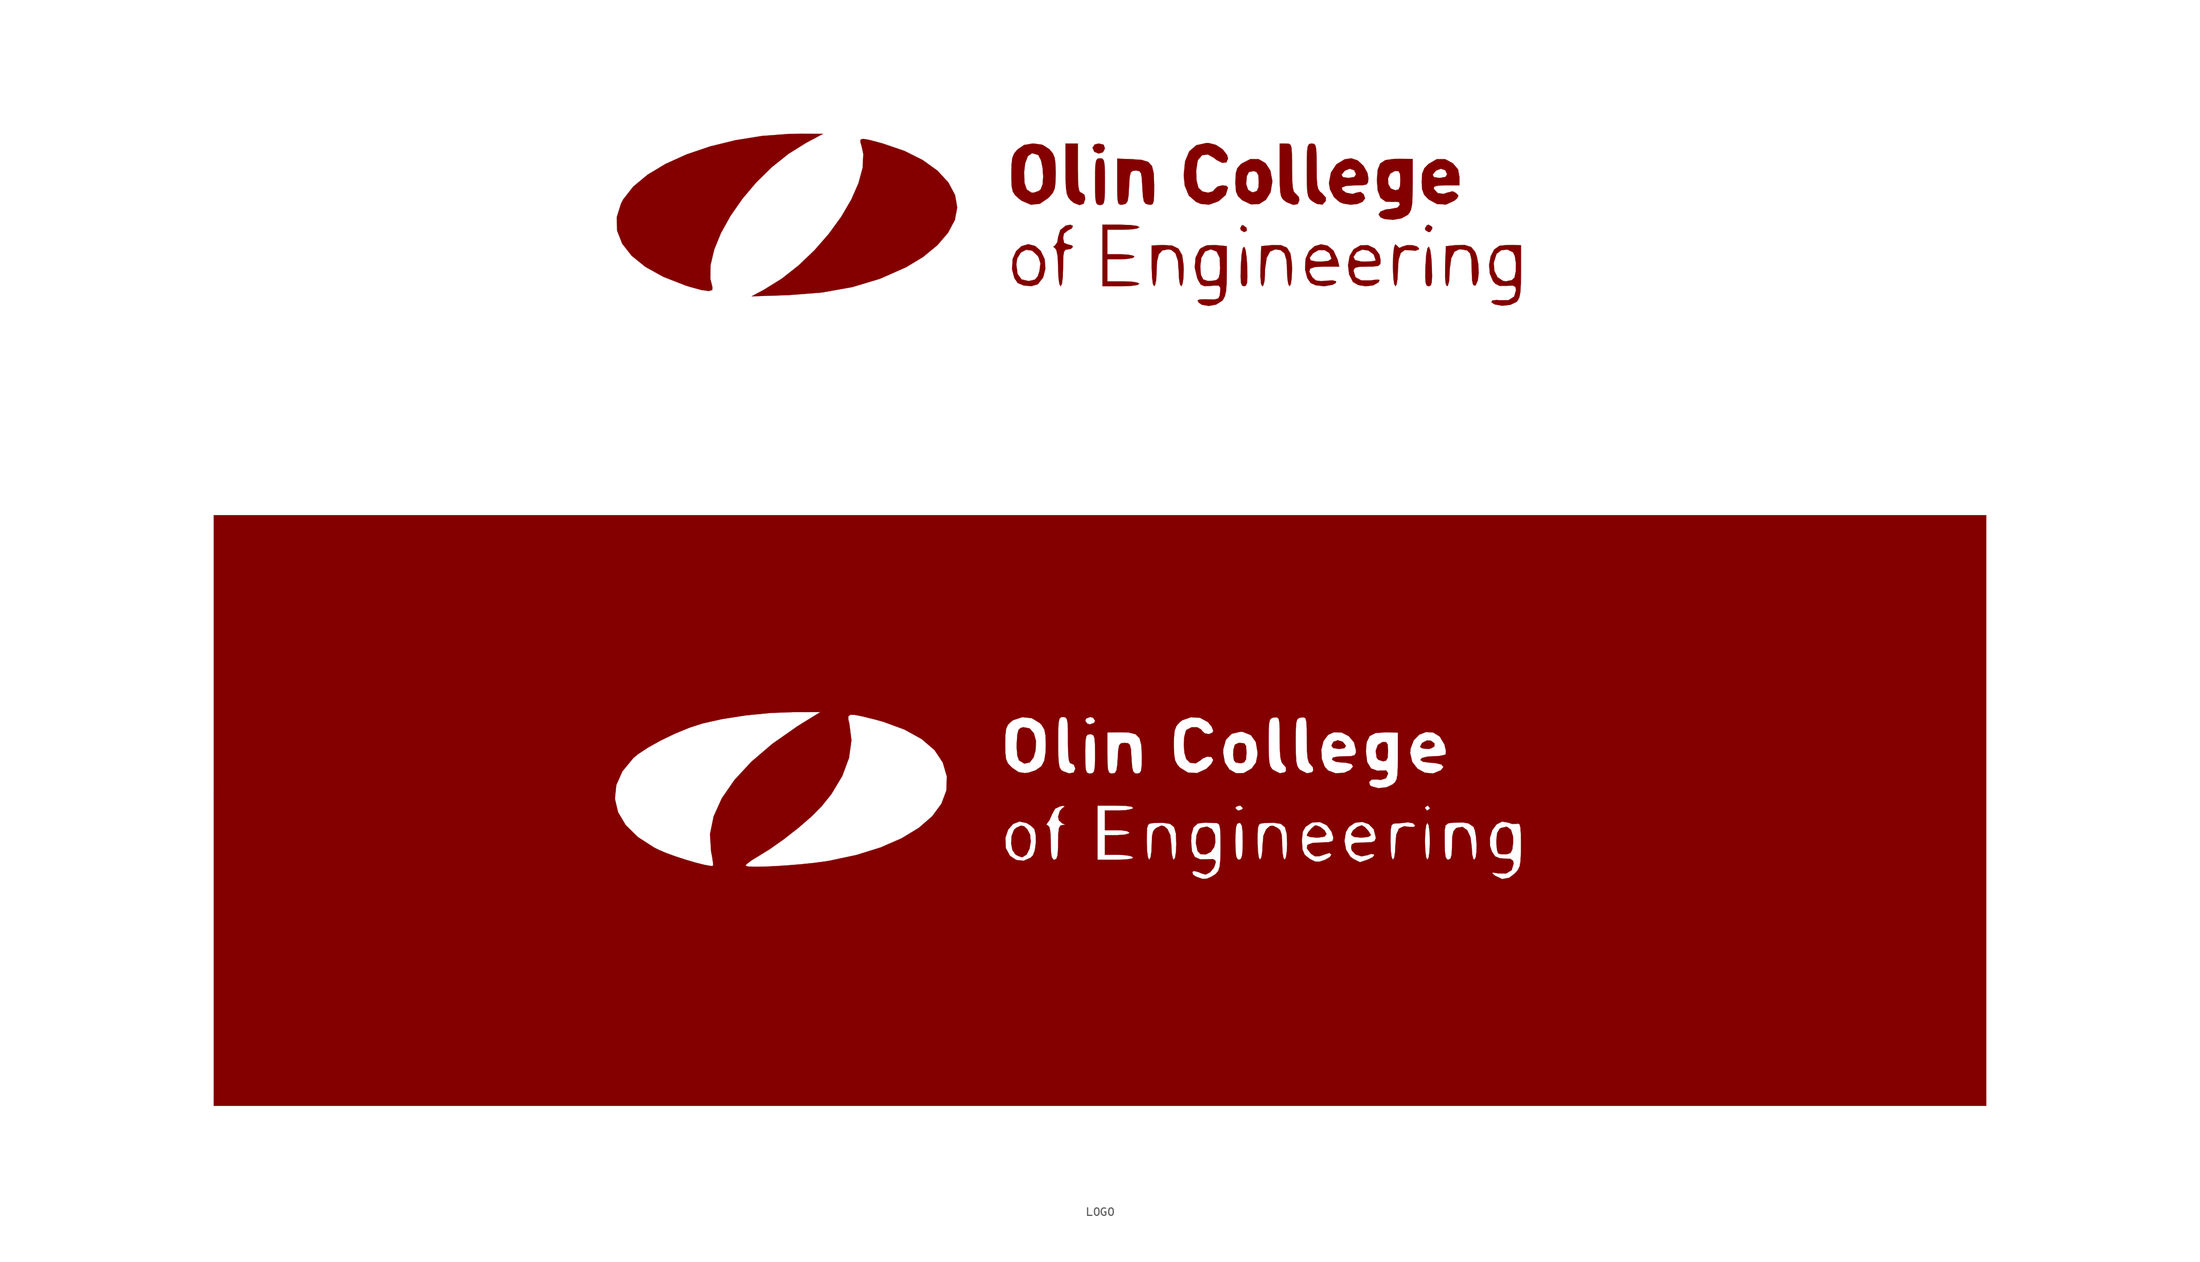
<source format=kicad_sym>
(kicad_symbol_lib
  (version 20220914)
  (generator "bitmap2component")
  (generator_version "8.0")
  (symbol "LOGO"
    (pin_names
      (offset 1.016))
    (property "Reference" "#G"
      (at 0 64.216 0)
      (effects (font (size 1.27 1.27)) hide))
    (symbol "LOGO_0_0"
      (polyline (pts (xy 97.277 -32.425) (xy 97.277 0) (xy 0 0) (xy -97.276 0) (xy -97.276 -31.131) (xy -53.245 -31.131) (xy -53.09 -29.623) (xy -52.421 -28.125) (xy -51.23 -26.675) (xy -50.742 -26.264) (xy -49.608 -25.512) (xy -48.187 -24.724) (xy -46.621 -23.972) (xy -45.053 -23.329) (xy -43.628 -22.867) (xy -41.47 -22.386) (xy -38.866 -21.98) (xy -36.183 -21.715) (xy -33.654 -21.619) (xy -30.694 -21.617) (xy -32.641 -22.817) (xy -33.219 -23.18) (xy -35.964 -25.101) (xy -38.271 -27.074) (xy -40.126 -29.075) (xy -41.511 -31.082) (xy -42.41 -33.072) (xy -42.808 -35.024) (xy -42.688 -36.913) (xy -42.565 -37.554) (xy -42.468 -38.208) (xy -42.467 -38.477) (xy -38.91 -38.477) (xy -38.777 -38.298) (xy -38.28 -37.92) (xy -37.543 -37.468) (xy -36.283 -36.691) (xy -34.694 -35.573) (xy -33.106 -34.331) (xy -31.677 -33.092) (xy -30.567 -31.979) (xy -29.48 -30.624) (xy -28.286 -28.633) (xy -27.547 -26.644) (xy -27.282 -24.714) (xy -27.508 -22.901) (xy -27.622 -22.438) (xy -27.623 -22.082) (xy -27.408 -21.916) (xy -26.9 -21.927) (xy -26.023 -22.103) (xy -24.7 -22.432) (xy -23.79 -22.682) (xy -21.458 -23.537) (xy -19.576 -24.578) (xy -18.934 -25.129) (xy -10.403 -25.129) (xy -10.383 -24.101) (xy -10.297 -23.436) (xy -10.104 -23.011) (xy -9.765 -22.674) (xy -9.521 -22.502) (xy -8.529 -22.175) (xy -7.494 -22.284) (xy -6.608 -22.821) (xy -6.374 -23.077) (xy -6.103 -23.554) (xy -5.976 -24.209) (xy -5.952 -24.981) (xy -4.594 -24.981) (xy -4.593 -24.646) (xy -4.582 -23.495) (xy -4.541 -22.766) (xy -4.451 -22.364) (xy -4.295 -22.193) (xy -4.053 -22.157) (xy -3.812 -22.192) (xy -3.65 -22.365) (xy -3.606 -22.563) (xy -1.621 -22.563) (xy -1.521 -22.326) (xy -1.081 -22.157) (xy -0.766 -22.233) (xy -0.54 -22.563) (xy -0.641 -22.799) (xy -1.081 -22.968) (xy -1.396 -22.893) (xy -1.621 -22.563) (xy -3.606 -22.563) (xy -3.559 -22.778) (xy -3.521 -23.531) (xy -3.519 -23.85) (xy 0.811 -23.85) (xy 2.3 -23.836) (xy 3.144 -23.862) (xy 3.898 -24.044) (xy 4.338 -24.483) (xy 4.522 -25.189) (xy 8.106 -25.189) (xy 8.119 -24.396) (xy 8.199 -23.641) (xy 8.389 -23.145) (xy 8.732 -22.745) (xy 9.033 -22.514) (xy 9.977 -22.183) (xy 10.983 -22.248) (xy 11.838 -22.708) (xy 12.246 -23.197) (xy 12.43 -23.654) (xy 12.347 -23.874) (xy 11.969 -24.036) (xy 11.498 -23.958) (xy 11.177 -23.644) (xy 11.122 -23.544) (xy 10.674 -23.282) (xy 10.054 -23.284) (xy 9.511 -23.563) (xy 9.414 -23.707) (xy 9.246 -24.353) (xy 9.197 -25.224) (xy 9.266 -26.065) (xy 13.511 -26.065) (xy 13.527 -25.689) (xy 13.82 -24.653) (xy 14.455 -24.003) (xy 15.402 -23.779) (xy 15.692 -23.797) (xy 16.557 -24.145) (xy 17.103 -24.903) (xy 17.111 -24.949) (xy 18.51 -24.949) (xy 18.51 -24.661) (xy 18.52 -23.542) (xy 18.563 -22.839) (xy 18.662 -22.451) (xy 18.839 -22.274) (xy 19.118 -22.206) (xy 19.16 -22.2) (xy 19.43 -22.195) (xy 19.597 -22.334) (xy 19.685 -22.717) (xy 19.72 -23.442) (xy 19.726 -24.608) (xy 19.726 -24.637) (xy 19.731 -24.949) (xy 21.482 -24.949) (xy 21.482 -24.661) (xy 21.492 -23.542) (xy 21.536 -22.839) (xy 21.635 -22.451) (xy 21.812 -22.274) (xy 22.09 -22.206) (xy 22.132 -22.2) (xy 22.403 -22.195) (xy 22.57 -22.334) (xy 22.657 -22.717) (xy 22.692 -23.442) (xy 22.698 -24.608) (xy 22.698 -24.637) (xy 22.716 -25.739) (xy 24.295 -25.739) (xy 24.53 -24.797) (xy 25.045 -24.116) (xy 25.661 -23.836) (xy 26.518 -23.861) (xy 27.305 -24.256) (xy 27.879 -24.943) (xy 28.102 -25.842) (xy 28.097 -25.94) (xy 29.183 -25.94) (xy 29.265 -24.939) (xy 29.595 -24.252) (xy 30.26 -23.914) (xy 31.349 -23.84) (xy 32.696 -23.871) (xy 32.696 -26.124) (xy 34.047 -26.124) (xy 34.087 -25.634) (xy 34.433 -24.721) (xy 35.041 -24.101) (xy 35.796 -23.805) (xy 36.584 -23.863) (xy 37.289 -24.303) (xy 37.798 -25.155) (xy 37.815 -25.204) (xy 37.966 -25.844) (xy 37.946 -26.242) (xy 37.808 -26.325) (xy 37.248 -26.437) (xy 36.44 -26.481) (xy 35.934 -26.507) (xy 35.329 -26.66) (xy 35.164 -26.877) (xy 35.464 -27.077) (xy 36.25 -27.177) (xy 36.784 -27.209) (xy 37.475 -27.372) (xy 37.696 -27.646) (xy 37.414 -28.008) (xy 36.572 -28.355) (xy 35.665 -28.279) (xy 34.854 -27.833) (xy 34.271 -27.09) (xy 34.047 -26.124) (xy 32.696 -26.124) (xy 32.696 -26.512) (xy 32.688 -27.648) (xy 32.647 -28.489) (xy 32.55 -29.012) (xy 32.373 -29.334) (xy 32.095 -29.573) (xy 31.471 -29.867) (xy 30.547 -29.976) (xy 29.756 -29.75) (xy 29.63 -29.646) (xy 29.542 -29.297) (xy 29.813 -29.029) (xy 30.32 -29.006) (xy 30.814 -29.07) (xy 31.395 -28.884) (xy 31.615 -28.39) (xy 31.61 -28.292) (xy 31.415 -28.034) (xy 30.848 -28.038) (xy 30.46 -28.061) (xy 29.746 -27.803) (xy 29.323 -27.099) (xy 29.183 -25.94) (xy 28.097 -25.94) (xy 28.089 -26.088) (xy 27.948 -26.349) (xy 27.54 -26.458) (xy 26.729 -26.481) (xy 26.123 -26.499) (xy 25.577 -26.604) (xy 25.47 -26.819) (xy 25.493 -26.862) (xy 25.882 -27.071) (xy 26.551 -27.156) (xy 26.956 -27.171) (xy 27.605 -27.317) (xy 27.777 -27.599) (xy 27.442 -27.989) (xy 26.794 -28.283) (xy 25.856 -28.337) (xy 25.041 -28.034) (xy 24.666 -27.621) (xy 24.34 -26.747) (xy 24.295 -25.739) (xy 22.716 -25.739) (xy 22.718 -25.87) (xy 22.787 -26.674) (xy 22.924 -27.156) (xy 23.145 -27.423) (xy 23.37 -27.675) (xy 23.399 -28.061) (xy 23.262 -28.224) (xy 22.731 -28.342) (xy 22.006 -27.989) (xy 21.84 -27.845) (xy 21.654 -27.534) (xy 21.545 -27.024) (xy 21.495 -26.2) (xy 21.482 -24.949) (xy 19.731 -24.949) (xy 19.745 -25.87) (xy 19.815 -26.674) (xy 19.952 -27.156) (xy 20.172 -27.423) (xy 20.398 -27.675) (xy 20.426 -28.061) (xy 20.289 -28.224) (xy 19.759 -28.342) (xy 19.034 -27.989) (xy 18.868 -27.845) (xy 18.682 -27.534) (xy 18.573 -27.024) (xy 18.522 -26.2) (xy 18.51 -24.949) (xy 17.111 -24.949) (xy 17.294 -26.028) (xy 17.288 -26.303) (xy 17.121 -27.159) (xy 16.668 -27.785) (xy 16.625 -27.825) (xy 15.771 -28.314) (xy 14.932 -28.329) (xy 14.209 -27.922) (xy 13.702 -27.149) (xy 13.511 -26.065) (xy 9.266 -26.065) (xy 9.269 -26.102) (xy 9.467 -26.769) (xy 9.876 -27.177) (xy 10.498 -27.252) (xy 11.079 -26.886) (xy 11.261 -26.715) (xy 11.77 -26.505) (xy 12.23 -26.554) (xy 12.43 -26.867) (xy 12.429 -26.888) (xy 12.208 -27.32) (xy 11.718 -27.812) (xy 11.646 -27.867) (xy 10.656 -28.315) (xy 9.66 -28.262) (xy 8.77 -27.709) (xy 8.475 -27.374) (xy 8.24 -26.901) (xy 8.132 -26.23) (xy 8.106 -25.189) (xy 4.522 -25.189) (xy 4.543 -25.27) (xy 4.594 -26.5) (xy 4.594 -26.57) (xy 4.576 -27.532) (xy 4.504 -28.076) (xy 4.345 -28.317) (xy 4.066 -28.372) (xy 3.84 -28.34) (xy 3.637 -28.129) (xy 3.524 -27.617) (xy 3.458 -26.683) (xy 3.453 -26.573) (xy 3.393 -25.697) (xy 3.284 -25.224) (xy 3.073 -25.031) (xy 2.702 -24.995) (xy 2.658 -24.995) (xy 2.305 -25.041) (xy 2.106 -25.255) (xy 2.005 -25.761) (xy 1.946 -26.683) (xy 1.902 -27.403) (xy 1.806 -28.021) (xy 1.633 -28.304) (xy 1.338 -28.372) (xy 1.182 -28.361) (xy 0.983 -28.237) (xy 0.871 -27.892) (xy 0.822 -27.219) (xy 0.811 -26.111) (xy 0.811 -23.85) (xy -3.519 -23.85) (xy -3.513 -24.724) (xy -3.512 -25.097) (xy -3.489 -26.193) (xy -3.487 -26.211) (xy -1.621 -26.211) (xy -1.619 -25.641) (xy -1.592 -24.781) (xy -1.511 -24.302) (xy -1.35 -24.094) (xy -1.081 -24.049) (xy -0.938 -24.057) (xy -0.724 -24.165) (xy -0.604 -24.488) (xy -0.552 -25.134) (xy -0.54 -26.211) (xy -0.542 -26.781) (xy -0.57 -27.64) (xy -0.65 -28.119) (xy -0.811 -28.327) (xy -1.081 -28.372) (xy -1.223 -28.364) (xy -1.438 -28.256) (xy -1.558 -27.933) (xy -1.61 -27.288) (xy -1.621 -26.211) (xy -3.487 -26.211) (xy -3.423 -26.864) (xy -3.301 -27.2) (xy -3.107 -27.291) (xy -2.871 -27.392) (xy -2.702 -27.832) (xy -2.89 -28.257) (xy -3.4 -28.352) (xy -4.121 -28.081) (xy -4.27 -27.965) (xy -4.435 -27.669) (xy -4.534 -27.142) (xy -4.581 -26.28) (xy -4.594 -24.981) (xy -5.952 -24.981) (xy -5.945 -25.223) (xy -5.969 -26.029) (xy -6.115 -26.945) (xy -6.418 -27.54) (xy -6.447 -27.574) (xy -7.064 -28.008) (xy -7.856 -28.273) (xy -8.237 -28.317) (xy -8.927 -28.212) (xy -9.613 -27.748) (xy -9.739 -27.638) (xy -10.103 -27.252) (xy -10.303 -26.814) (xy -10.386 -26.16) (xy -10.403 -25.129) (xy -18.934 -25.129) (xy -18.167 -25.788) (xy -17.257 -27.154) (xy -16.806 -28.704) (xy -16.862 -30.229) (xy -17.41 -31.689) (xy -18.429 -33.064) (xy -19.893 -34.333) (xy -21.643 -35.394) (xy -10.378 -35.394) (xy -10.082 -34.523) (xy -9.542 -33.903) (xy -8.837 -33.632) (xy -8.044 -33.805) (xy -7.706 -34.017) (xy -5.891 -34.017) (xy -5.806 -33.84) (xy -5.534 -33.464) (xy -5.26 -32.831) (xy -4.921 -32.221) (xy -4.318 -31.945) (xy -4.035 -31.919) (xy -3.846 -31.958) (xy -4.121 -32.161) (xy -4.409 -32.473) (xy -4.594 -33.095) (xy -4.508 -33.51) (xy -4.121 -33.861) (xy -3.98 -33.898) (xy -3.788 -33.978) (xy -4.121 -34.016) (xy -4.339 -34.081) (xy -4.499 -34.349) (xy -4.574 -34.93) (xy -4.594 -35.938) (xy -4.599 -36.531) (xy -4.653 -37.319) (xy -4.779 -37.719) (xy -4.999 -37.83) (xy -0.27 -37.83) (xy -0.27 -34.858) (xy -0.27 -31.885) (xy 1.772 -31.885) (xy 2.842 -31.916) (xy 3.493 -32.008) (xy 3.648 -32.155) (xy 14.862 -32.155) (xy 14.908 -32.031) (xy 15.267 -31.885) (xy 15.454 -31.916) (xy 15.672 -32.155) (xy 35.668 -32.155) (xy 35.676 -32.091) (xy 35.938 -31.885) (xy 36.003 -31.893) (xy 36.209 -32.155) (xy 36.201 -32.22) (xy 35.938 -32.425) (xy 35.874 -32.418) (xy 35.668 -32.155) (xy 15.672 -32.155) (xy 15.627 -32.28) (xy 15.267 -32.425) (xy 15.081 -32.395) (xy 14.862 -32.155) (xy 3.648 -32.155) (xy 3.464 -32.261) (xy 2.857 -32.38) (xy 2.011 -32.425) (xy 0.54 -32.425) (xy 0.54 -33.506) (xy 0.54 -34.587) (xy 1.891 -34.587) (xy 2.378 -34.605) (xy 3 -34.703) (xy 3.243 -34.858) (xy 3.151 -34.955) (xy 2.662 -35.079) (xy 1.891 -35.128) (xy 0.54 -35.128) (xy 0.54 -35.837) (xy 5.134 -35.837) (xy 5.137 -35.09) (xy 5.169 -34.371) (xy 5.275 -33.994) (xy 5.497 -33.844) (xy 5.877 -33.801) (xy 6.891 -33.77) (xy 7.69 -33.886) (xy 8.138 -34.252) (xy 8.334 -34.962) (xy 8.365 -35.803) (xy 9.998 -35.803) (xy 10.03 -35.105) (xy 10.259 -34.272) (xy 10.75 -33.843) (xy 11.553 -33.752) (xy 12.136 -33.781) (xy 12.768 -33.803) (xy 12.908 -33.822) (xy 13.081 -33.978) (xy 13.181 -34.376) (xy 13.227 -35.114) (xy 13.232 -35.803) (xy 14.862 -35.803) (xy 14.871 -35.025) (xy 14.928 -34.266) (xy 15.053 -33.883) (xy 15.267 -33.777) (xy 15.423 -33.823) (xy 15.574 -34.107) (xy 15.651 -34.734) (xy 15.672 -35.803) (xy 15.672 -35.837) (xy 17.294 -35.837) (xy 17.296 -35.09) (xy 17.329 -34.371) (xy 17.435 -33.994) (xy 17.656 -33.844) (xy 18.037 -33.801) (xy 19.05 -33.77) (xy 19.849 -33.886) (xy 20.297 -34.252) (xy 20.493 -34.962) (xy 20.525 -35.803) (xy 22.166 -35.803) (xy 22.168 -35.572) (xy 22.261 -34.744) (xy 22.558 -34.221) (xy 23.153 -33.817) (xy 23.311 -33.746) (xy 24.133 -33.686) (xy 24.896 -34.042) (xy 25.405 -34.735) (xy 25.422 -34.781) (xy 25.617 -35.416) (xy 25.536 -35.754) (xy 26.829 -35.754) (xy 26.991 -34.785) (xy 27.329 -34.223) (xy 27.998 -33.767) (xy 28.768 -33.673) (xy 29.497 -33.918) (xy 30.042 -34.479) (xy 30.26 -35.33) (xy 30.251 -35.533) (xy 30.118 -35.799) (xy 29.986 -35.837) (xy 31.885 -35.837) (xy 31.887 -35.326) (xy 31.913 -34.506) (xy 32 -34.061) (xy 32.181 -33.877) (xy 32.493 -33.839) (xy 32.9 -33.824) (xy 33.371 -33.773) (xy 33.804 -33.724) (xy 34.357 -33.82) (xy 34.587 -34.078) (xy 34.469 -34.237) (xy 34.003 -34.227) (xy 33.373 -34.151) (xy 32.824 -34.401) (xy 32.52 -35.075) (xy 32.46 -35.803) (xy 35.668 -35.803) (xy 35.668 -35.708) (xy 35.707 -34.709) (xy 35.802 -34.028) (xy 35.938 -33.777) (xy 35.951 -33.779) (xy 36.084 -34.07) (xy 36.175 -34.782) (xy 36.2 -35.536) (xy 37.829 -35.536) (xy 37.83 -34.605) (xy 37.921 -34.074) (xy 38.212 -33.828) (xy 38.816 -33.755) (xy 39.842 -33.74) (xy 40.435 -33.836) (xy 40.99 -34.208) (xy 41.149 -34.6) (xy 41.275 -35.322) (xy 41.279 -35.383) (xy 42.804 -35.383) (xy 43.069 -34.564) (xy 43.535 -33.944) (xy 44.14 -33.637) (xy 44.818 -33.756) (xy 45.215 -33.894) (xy 45.782 -33.882) (xy 45.893 -33.853) (xy 46.055 -33.943) (xy 46.15 -34.303) (xy 46.195 -35.022) (xy 46.206 -36.192) (xy 46.201 -37.093) (xy 46.16 -37.983) (xy 46.056 -38.562) (xy 45.86 -38.966) (xy 45.543 -39.328) (xy 44.92 -39.807) (xy 44.142 -39.954) (xy 43.353 -39.574) (xy 43.331 -39.556) (xy 43.038 -39.294) (xy 43.146 -39.232) (xy 43.718 -39.327) (xy 44.585 -39.337) (xy 45.183 -38.975) (xy 45.396 -38.27) (xy 45.347 -37.95) (xy 45.062 -37.744) (xy 44.389 -37.695) (xy 43.884 -37.668) (xy 43.368 -37.457) (xy 43.012 -36.929) (xy 42.807 -36.287) (xy 42.804 -35.383) (xy 41.279 -35.383) (xy 41.334 -36.171) (xy 41.322 -36.982) (xy 41.236 -37.59) (xy 41.072 -37.83) (xy 40.975 -37.739) (xy 40.851 -37.249) (xy 40.802 -36.479) (xy 40.802 -36.44) (xy 40.666 -35.356) (xy 40.314 -34.593) (xy 39.798 -34.224) (xy 39.175 -34.32) (xy 39.053 -34.395) (xy 38.796 -34.707) (xy 38.673 -35.267) (xy 38.641 -36.218) (xy 38.64 -36.399) (xy 38.597 -37.262) (xy 38.471 -37.705) (xy 38.235 -37.83) (xy 38.08 -37.784) (xy 37.928 -37.501) (xy 37.851 -36.874) (xy 37.83 -35.806) (xy 37.829 -35.536) (xy 36.2 -35.536) (xy 36.209 -35.803) (xy 36.208 -35.898) (xy 36.169 -36.898) (xy 36.075 -37.578) (xy 35.938 -37.83) (xy 35.926 -37.828) (xy 35.792 -37.536) (xy 35.702 -36.824) (xy 35.668 -35.803) (xy 32.46 -35.803) (xy 32.426 -36.218) (xy 32.397 -36.942) (xy 32.3 -37.584) (xy 32.155 -37.83) (xy 32.146 -37.829) (xy 32.011 -37.547) (xy 31.919 -36.846) (xy 31.885 -35.837) (xy 29.986 -35.837) (xy 29.717 -35.914) (xy 28.913 -35.938) (xy 28.587 -35.941) (xy 27.928 -35.994) (xy 27.631 -36.157) (xy 27.562 -36.484) (xy 27.63 -36.796) (xy 28.058 -37.254) (xy 28.715 -37.457) (xy 29.403 -37.316) (xy 29.784 -37.179) (xy 30.112 -37.262) (xy 30.123 -37.29) (xy 29.943 -37.541) (xy 29.413 -37.803) (xy 29.337 -37.83) (xy 28.778 -38.02) (xy 28.535 -38.096) (xy 28.329 -37.999) (xy 27.832 -37.752) (xy 27.476 -37.487) (xy 27.009 -36.72) (xy 26.829 -35.754) (xy 25.536 -35.754) (xy 25.534 -35.764) (xy 25.085 -35.909) (xy 24.184 -35.938) (xy 23.305 -35.993) (xy 22.76 -36.203) (xy 22.71 -36.585) (xy 23.143 -37.156) (xy 23.163 -37.176) (xy 23.579 -37.445) (xy 24.109 -37.439) (xy 24.927 -37.156) (xy 25.205 -37.09) (xy 25.4 -37.267) (xy 25.216 -37.544) (xy 24.707 -37.837) (xy 24.66 -37.854) (xy 24.043 -38.053) (xy 23.62 -38.031) (xy 23.103 -37.777) (xy 22.989 -37.71) (xy 22.471 -37.287) (xy 22.227 -36.715) (xy 22.166 -35.803) (xy 20.525 -35.803) (xy 20.536 -36.106) (xy 20.505 -36.928) (xy 20.408 -37.582) (xy 20.266 -37.83) (xy 20.145 -37.66) (xy 20.037 -37.078) (xy 19.996 -36.218) (xy 19.993 -35.891) (xy 19.937 -35.065) (xy 19.777 -34.591) (xy 19.473 -34.327) (xy 19.007 -34.103) (xy 18.662 -34.122) (xy 18.259 -34.471) (xy 18.236 -34.495) (xy 17.935 -35.184) (xy 17.834 -36.363) (xy 17.811 -36.957) (xy 17.713 -37.586) (xy 17.564 -37.83) (xy 17.554 -37.829) (xy 17.42 -37.547) (xy 17.328 -36.846) (xy 17.294 -35.837) (xy 15.672 -35.837) (xy 15.663 -36.581) (xy 15.606 -37.34) (xy 15.481 -37.724) (xy 15.267 -37.83) (xy 15.111 -37.783) (xy 14.96 -37.5) (xy 14.883 -36.872) (xy 14.862 -35.803) (xy 13.232 -35.803) (xy 13.236 -36.293) (xy 13.236 -36.542) (xy 13.214 -37.754) (xy 13.137 -38.559) (xy 12.973 -39.073) (xy 12.686 -39.408) (xy 12.245 -39.681) (xy 11.712 -39.919) (xy 11.247 -39.931) (xy 10.588 -39.706) (xy 10.217 -39.471) (xy 10.132 -39.182) (xy 10.294 -39.056) (xy 10.807 -39.18) (xy 11.141 -39.333) (xy 11.582 -39.451) (xy 11.611 -39.45) (xy 12.085 -39.204) (xy 12.514 -38.689) (xy 12.7 -38.135) (xy 12.668 -37.928) (xy 12.401 -37.756) (xy 11.751 -37.779) (xy 11.02 -37.792) (xy 10.411 -37.529) (xy 10.091 -36.889) (xy 9.998 -35.803) (xy 8.365 -35.803) (xy 8.377 -36.106) (xy 8.345 -36.928) (xy 8.248 -37.582) (xy 8.106 -37.83) (xy 7.997 -37.703) (xy 7.881 -37.171) (xy 7.836 -36.363) (xy 7.836 -36.283) (xy 7.724 -35.132) (xy 7.412 -34.471) (xy 7.055 -34.15) (xy 6.719 -34.087) (xy 6.197 -34.327) (xy 6.091 -34.391) (xy 5.833 -34.701) (xy 5.708 -35.263) (xy 5.675 -36.218) (xy 5.646 -36.942) (xy 5.548 -37.584) (xy 5.404 -37.83) (xy 5.395 -37.829) (xy 5.26 -37.547) (xy 5.168 -36.846) (xy 5.134 -35.837) (xy 0.54 -35.837) (xy 0.54 -36.209) (xy 0.54 -37.289) (xy 2.011 -37.289) (xy 2.601 -37.311) (xy 3.305 -37.409) (xy 3.648 -37.56) (xy 3.503 -37.704) (xy 2.864 -37.797) (xy 1.772 -37.83) (xy -0.27 -37.83) (xy -4.999 -37.83) (xy -5.126 -37.802) (xy -5.295 -37.554) (xy -5.38 -36.966) (xy -5.404 -35.938) (xy -5.436 -34.894) (xy -5.545 -34.249) (xy -5.742 -34.043) (xy -5.891 -34.017) (xy -7.706 -34.017) (xy -7.612 -34.075) (xy -7.232 -34.425) (xy -7.201 -34.479) (xy -7.056 -35.101) (xy -7.043 -35.955) (xy -7.149 -36.787) (xy -7.363 -37.346) (xy -7.627 -37.614) (xy -8.383 -37.942) (xy -9.186 -37.858) (xy -9.881 -37.399) (xy -10.311 -36.605) (xy -10.353 -36.422) (xy -10.378 -35.394) (xy -21.643 -35.394) (xy -21.779 -35.477) (xy -24.063 -36.473) (xy -26.722 -37.303) (xy -29.733 -37.945) (xy -30.137 -38.009) (xy -31.388 -38.175) (xy -32.792 -38.321) (xy -34.251 -38.443) (xy -35.665 -38.533) (xy -36.937 -38.588) (xy -37.968 -38.601) (xy -38.658 -38.566) (xy -38.91 -38.477) (xy -42.467 -38.477) (xy -42.467 -38.493) (xy -42.737 -38.511) (xy -43.418 -38.389) (xy -44.377 -38.146) (xy -45.489 -37.82) (xy -46.631 -37.446) (xy -47.681 -37.062) (xy -48.514 -36.704) (xy -48.952 -36.481) (xy -50.742 -35.322) (xy -52.061 -34.019) (xy -52.899 -32.609) (xy -53.245 -31.131) (xy -97.276 -31.131) (xy -97.276 -32.425) (xy -97.276 -64.851) (xy 0 -64.851) (xy 97.277 -64.851) (xy 97.277 -32.425)) (stroke (width 0.01) (type default)) (fill (type outline)))
      (polyline (pts (xy 12.754 23.123) (xy 13.401 23.536) (xy 13.521 23.683) (xy 13.722 24.074) (xy 13.842 24.648) (xy 13.901 25.523) (xy 13.916 26.819) (xy 13.916 29.534) (xy 12.739 29.645) (xy 12.668 29.651) (xy 11.702 29.622) (xy 11.077 29.317) (xy 10.916 29.148) (xy 10.493 28.271) (xy 10.412 27.321) (xy 11.005 27.321) (xy 11.127 28.261) (xy 11.524 28.942) (xy 12.16 29.183) (xy 12.18 29.183) (xy 12.8 28.946) (xy 13.136 28.257) (xy 13.189 27.11) (xy 13.147 26.565) (xy 13.031 26.04) (xy 12.767 25.809) (xy 12.252 25.723) (xy 11.851 25.707) (xy 11.331 25.875) (xy 11.074 26.381) (xy 11.005 27.321) (xy 10.412 27.321) (xy 10.4 27.18) (xy 10.662 26.061) (xy 10.76 25.831) (xy 11.055 25.323) (xy 11.454 25.147) (xy 12.171 25.177) (xy 12.533 25.209) (xy 13.036 25.196) (xy 13.206 24.98) (xy 13.186 24.463) (xy 13.138 24.097) (xy 12.983 23.79) (xy 12.589 23.682) (xy 11.807 23.689) (xy 11.587 23.695) (xy 10.939 23.682) (xy 10.716 23.578) (xy 10.827 23.351) (xy 11.188 23.097) (xy 11.94 22.971) (xy 12.754 23.123)) (stroke (width 0.01) (type default)) (fill (type outline)))
      (polyline (pts (xy 45.033 23.09) (xy 45.712 23.415) (xy 45.87 23.588) (xy 46.041 23.949) (xy 46.144 24.523) (xy 46.194 25.42) (xy 46.206 26.748) (xy 46.206 29.633) (xy 45.328 29.661) (xy 44.566 29.649) (xy 43.888 29.578) (xy 43.839 29.566) (xy 43.271 29.169) (xy 42.885 28.424) (xy 42.756 27.729) (xy 43.221 27.729) (xy 43.514 28.66) (xy 43.537 28.701) (xy 44.047 29.093) (xy 44.733 29.155) (xy 45.342 28.859) (xy 45.538 28.433) (xy 45.652 27.664) (xy 45.644 26.808) (xy 45.502 26.098) (xy 45.216 25.813) (xy 44.566 25.67) (xy 44.243 25.714) (xy 43.634 26.119) (xy 43.277 26.837) (xy 43.221 27.729) (xy 42.756 27.729) (xy 42.712 27.492) (xy 42.784 26.533) (xy 43.132 25.705) (xy 43.373 25.416) (xy 43.851 25.178) (xy 44.618 25.179) (xy 44.621 25.18) (xy 45.301 25.207) (xy 45.6 25.069) (xy 45.666 24.697) (xy 45.457 23.994) (xy 44.853 23.609) (xy 43.907 23.592) (xy 43.535 23.629) (xy 43.061 23.566) (xy 42.955 23.384) (xy 43.302 23.147) (xy 44.131 22.992) (xy 45.033 23.09)) (stroke (width 0.01) (type default)) (fill (type outline)))
      (polyline (pts (xy -34.452 24.149) (xy -34.23 24.157) (xy -30.525 24.444) (xy -27.186 25.04) (xy -24.127 25.962) (xy -21.26 27.233) (xy -19.413 28.352) (xy -17.85 29.639) (xy -16.673 31.01) (xy -15.931 32.409) (xy -15.672 33.777) (xy -15.907 35.142) (xy -16.643 36.53) (xy -17.842 37.823) (xy -19.463 38.988) (xy -21.468 39.99) (xy -23.817 40.794) (xy -24.467 40.974) (xy -25.446 41.224) (xy -26.025 41.313) (xy -26.284 41.23) (xy -26.302 40.965) (xy -26.162 40.508) (xy -25.979 39.645) (xy -26.052 38.135) (xy -26.51 36.441) (xy -27.31 34.627) (xy -28.409 32.755) (xy -29.765 30.889) (xy -31.333 29.093) (xy -33.071 27.429) (xy -34.936 25.961) (xy -36.884 24.753) (xy -38.235 24.029) (xy -34.452 24.149)) (stroke (width 0.01) (type default)) (fill (type outline)))
      (polyline (pts (xy -42.556 24.721) (xy -42.548 25.062) (xy -42.764 25.919) (xy -42.749 27.443) (xy -42.347 29.152) (xy -41.6 30.981) (xy -40.551 32.866) (xy -39.242 34.744) (xy -37.714 36.549) (xy -36.008 38.218) (xy -34.168 39.685) (xy -32.235 40.888) (xy -30.399 41.867) (xy -32.931 41.875) (xy -34.113 41.858) (xy -37.104 41.632) (xy -40.023 41.164) (xy -42.805 40.481) (xy -45.383 39.605) (xy -47.691 38.562) (xy -49.661 37.377) (xy -51.229 36.074) (xy -52.327 34.677) (xy -52.575 34.212) (xy -53.045 32.696) (xy -52.997 31.219) (xy -52.445 29.806) (xy -51.406 28.478) (xy -49.897 27.258) (xy -47.933 26.168) (xy -45.531 25.23) (xy -45.02 25.068) (xy -43.761 24.722) (xy -42.95 24.607) (xy -42.556 24.721)) (stroke (width 0.01) (type default)) (fill (type outline)))
      (polyline (pts (xy -6.863 25.337) (xy -6.794 25.386) (xy -6.236 26.107) (xy -5.99 27.077) (xy -6.074 28.108) (xy -6.505 29.011) (xy -7.109 29.547) (xy -7.875 29.749) (xy -8.607 29.54) (xy -9.209 28.978) (xy -9.587 28.124) (xy -9.62 27.525) (xy -9.187 27.525) (xy -9.091 28.176) (xy -8.693 28.831) (xy -8.103 29.136) (xy -7.447 29.04) (xy -6.854 28.489) (xy -6.727 28.279) (xy -6.534 27.629) (xy -6.645 26.8) (xy -6.829 26.22) (xy -7.154 25.856) (xy -7.751 25.722) (xy -7.88 25.713) (xy -8.617 25.885) (xy -9.047 26.482) (xy -9.187 27.525) (xy -9.62 27.525) (xy -9.646 27.038) (xy -9.629 26.901) (xy -9.395 26.019) (xy -9.028 25.484) (xy -8.355 25.208) (xy -7.527 25.148) (xy -6.863 25.337)) (stroke (width 0.01) (type default)) (fill (type outline)))
      (polyline (pts (xy -4.311 25.132) (xy -4.177 25.424) (xy -4.087 26.135) (xy -4.053 27.156) (xy -4.052 27.521) (xy -4.029 28.416) (xy -3.951 28.917) (xy -3.789 29.135) (xy -3.513 29.183) (xy -3.199 29.234) (xy -2.972 29.453) (xy -3.074 29.61) (xy -3.513 29.723) (xy -3.525 29.723) (xy -3.936 29.882) (xy -4.053 30.424) (xy -3.96 30.915) (xy -3.513 31.266) (xy -3.483 31.274) (xy -3.076 31.502) (xy -2.979 31.761) (xy -3.26 31.885) (xy -3.75 31.792) (xy -4.357 31.308) (xy -4.594 30.547) (xy -4.686 29.969) (xy -4.931 29.611) (xy -5.13 29.473) (xy -4.931 29.296) (xy -4.786 29.108) (xy -4.642 28.385) (xy -4.594 27.134) (xy -4.593 27.055) (xy -4.555 26.06) (xy -4.46 25.381) (xy -4.323 25.13) (xy -4.311 25.132)) (stroke (width 0.01) (type default)) (fill (type outline)))
      (polyline (pts (xy 2.392 25.13) (xy 3.391 25.169) (xy 4.072 25.264) (xy 4.324 25.4) (xy 4.113 25.531) (xy 3.485 25.632) (xy 2.567 25.67) (xy 0.811 25.67) (xy 0.811 26.886) (xy 0.811 28.102) (xy 2.297 28.102) (xy 2.909 28.126) (xy 3.539 28.224) (xy 3.783 28.372) (xy 3.651 28.483) (xy 3.111 28.598) (xy 2.297 28.642) (xy 0.811 28.642) (xy 0.811 29.994) (xy 0.811 31.345) (xy 2.567 31.345) (xy 3.418 31.377) (xy 4.075 31.474) (xy 4.324 31.615) (xy 4.322 31.628) (xy 4.03 31.761) (xy 3.318 31.852) (xy 2.297 31.885) (xy 0.27 31.885) (xy 0.27 28.507) (xy 0.27 25.13) (xy 2.297 25.13) (xy 2.392 25.13)) (stroke (width 0.01) (type default)) (fill (type outline)))
      (polyline (pts (xy 9.048 25.34) (xy 9.149 25.968) (xy 9.187 26.886) (xy 9.176 27.429) (xy 9.015 28.549) (xy 8.62 29.248) (xy 7.933 29.595) (xy 6.896 29.659) (xy 5.675 29.606) (xy 5.675 27.368) (xy 5.676 27.117) (xy 5.719 26.078) (xy 5.812 25.383) (xy 5.945 25.13) (xy 6.072 25.324) (xy 6.176 25.936) (xy 6.215 26.832) (xy 6.26 27.859) (xy 6.456 28.649) (xy 6.846 29.063) (xy 7.475 29.183) (xy 7.801 29.136) (xy 8.284 28.746) (xy 8.559 27.926) (xy 8.647 26.634) (xy 8.672 26.006) (xy 8.77 25.374) (xy 8.917 25.13) (xy 9.048 25.34)) (stroke (width 0.01) (type default)) (fill (type outline)))
      (polyline (pts (xy 15.826 25.13) (xy 16.032 25.221) (xy 16.144 25.543) (xy 16.18 26.2) (xy 16.156 27.293) (xy 16.101 28.237) (xy 15.979 29.118) (xy 15.829 29.474) (xy 15.675 29.3) (xy 15.544 28.596) (xy 15.459 27.359) (xy 15.452 27.17) (xy 15.435 26.126) (xy 15.478 25.505) (xy 15.597 25.207) (xy 15.807 25.13) (xy 15.826 25.13)) (stroke (width 0.01) (type default)) (fill (type outline)))
      (polyline (pts (xy 20.943 25.368) (xy 21.04 26.025) (xy 21.077 26.979) (xy 21.058 27.709) (xy 20.896 28.747) (xy 20.518 29.367) (xy 19.864 29.644) (xy 18.876 29.647) (xy 17.699 29.538) (xy 17.62 27.334) (xy 17.62 27.325) (xy 17.611 26.137) (xy 17.681 25.39) (xy 17.823 25.13) (xy 17.921 25.21) (xy 18.053 25.689) (xy 18.104 26.463) (xy 18.119 27.047) (xy 18.294 28.242) (xy 18.672 28.95) (xy 19.259 29.183) (xy 19.828 29.096) (xy 20.252 28.731) (xy 20.473 28.004) (xy 20.536 26.832) (xy 20.567 26.029) (xy 20.664 25.377) (xy 20.806 25.13) (xy 20.943 25.368)) (stroke (width 0.01) (type default)) (fill (type outline)))
      (polyline (pts (xy 25.513 25.294) (xy 25.866 25.476) (xy 25.919 25.673) (xy 25.547 25.774) (xy 24.819 25.738) (xy 24.277 25.687) (xy 23.703 25.767) (xy 23.332 26.086) (xy 23.28 26.159) (xy 22.977 26.72) (xy 23.069 27.067) (xy 23.6 27.243) (xy 24.619 27.291) (xy 26.269 27.291) (xy 26.084 28.035) (xy 26.072 28.081) (xy 25.63 29.04) (xy 24.993 29.582) (xy 24.264 29.735) (xy 23.548 29.528) (xy 22.947 28.991) (xy 22.622 28.273) (xy 23.022 28.273) (xy 23.393 28.758) (xy 23.985 29.102) (xy 24.652 29.102) (xy 25.183 28.779) (xy 25.4 28.183) (xy 25.39 28.123) (xy 25.042 27.904) (xy 24.184 27.832) (xy 23.689 27.848) (xy 23.112 27.98) (xy 23.022 28.273) (xy 22.622 28.273) (xy 22.567 28.151) (xy 22.509 27.038) (xy 22.526 26.901) (xy 22.761 26.019) (xy 23.128 25.484) (xy 23.696 25.235) (xy 24.624 25.135) (xy 25.513 25.294)) (stroke (width 0.01) (type default)) (fill (type outline)))
      (polyline (pts (xy 29.979 25.227) (xy 30.542 25.545) (xy 30.591 25.606) (xy 30.691 25.821) (xy 30.447 25.87) (xy 29.766 25.781) (xy 29.691 25.769) (xy 28.678 25.772) (xy 28.049 26.116) (xy 27.832 26.784) (xy 27.844 26.933) (xy 28.005 27.161) (xy 28.455 27.266) (xy 29.318 27.291) (xy 30.06 27.302) (xy 30.562 27.379) (xy 30.766 27.58) (xy 30.804 27.967) (xy 30.671 28.626) (xy 30.164 29.283) (xy 29.42 29.636) (xy 28.592 29.623) (xy 27.832 29.183) (xy 27.401 28.45) (xy 27.384 28.348) (xy 27.82 28.348) (xy 28.156 28.859) (xy 28.176 28.878) (xy 28.798 29.155) (xy 29.483 29.044) (xy 30.036 28.628) (xy 30.264 27.985) (xy 30.208 27.939) (xy 29.773 27.862) (xy 29.048 27.832) (xy 28.666 27.845) (xy 27.992 28.008) (xy 27.82 28.348) (xy 27.384 28.348) (xy 27.228 27.443) (xy 27.347 26.418) (xy 27.764 25.603) (xy 28.346 25.264) (xy 29.167 25.135) (xy 29.979 25.227)) (stroke (width 0.01) (type default)) (fill (type outline)))
      (polyline (pts (xy 32.554 25.33) (xy 32.657 25.948) (xy 32.696 26.853) (xy 32.767 28.027) (xy 33.013 28.783) (xy 33.467 29.116) (xy 34.162 29.077) (xy 34.633 29.033) (xy 34.987 29.174) (xy 35.015 29.279) (xy 34.79 29.503) (xy 34.286 29.635) (xy 33.693 29.642) (xy 33.195 29.49) (xy 32.876 29.342) (xy 32.696 29.451) (xy 32.688 29.517) (xy 32.426 29.723) (xy 32.391 29.708) (xy 32.267 29.337) (xy 32.185 28.545) (xy 32.155 27.427) (xy 32.157 27.131) (xy 32.201 26.082) (xy 32.294 25.384) (xy 32.426 25.13) (xy 32.554 25.33)) (stroke (width 0.01) (type default)) (fill (type outline)))
      (polyline (pts (xy 36.092 25.13) (xy 36.298 25.221) (xy 36.41 25.543) (xy 36.446 26.2) (xy 36.422 27.293) (xy 36.367 28.237) (xy 36.245 29.118) (xy 36.095 29.474) (xy 35.941 29.3) (xy 35.809 28.596) (xy 35.725 27.359) (xy 35.718 27.17) (xy 35.701 26.126) (xy 35.744 25.505) (xy 35.863 25.207) (xy 36.074 25.13) (xy 36.092 25.13)) (stroke (width 0.01) (type default)) (fill (type outline)))
      (polyline (pts (xy 38.187 25.21) (xy 38.319 25.689) (xy 38.37 26.463) (xy 38.385 27.019) (xy 38.555 28.196) (xy 38.906 28.93) (xy 39.422 29.183) (xy 39.725 29.176) (xy 40.295 29.063) (xy 40.621 28.728) (xy 40.768 28.065) (xy 40.802 26.97) (xy 40.803 26.72) (xy 40.843 25.777) (xy 40.952 25.291) (xy 41.14 25.196) (xy 41.255 25.275) (xy 41.471 25.779) (xy 41.566 26.584) (xy 41.531 27.524) (xy 41.354 28.437) (xy 41.184 28.891) (xy 40.735 29.441) (xy 40.015 29.67) (xy 38.911 29.634) (xy 37.965 29.528) (xy 37.886 27.329) (xy 37.886 27.324) (xy 37.877 26.137) (xy 37.947 25.39) (xy 38.089 25.13) (xy 38.187 25.21)) (stroke (width 0.01) (type default)) (fill (type outline)))
      (polyline (pts (xy 16.125 31.23) (xy 16.08 31.554) (xy 15.723 31.823) (xy 15.559 31.817) (xy 15.402 31.502) (xy 15.458 31.292) (xy 15.83 31.075) (xy 16.125 31.23)) (stroke (width 0.01) (type default)) (fill (type outline)))
      (polyline (pts (xy 36.263 31.122) (xy 36.479 31.48) (xy 36.432 31.669) (xy 36.074 31.885) (xy 35.884 31.838) (xy 35.668 31.48) (xy 35.715 31.291) (xy 36.074 31.075) (xy 36.263 31.122)) (stroke (width 0.01) (type default)) (fill (type outline)))
      (polyline (pts (xy 33.086 32.585) (xy 33.777 32.966) (xy 33.967 33.188) (xy 34.148 33.566) (xy 34.255 34.134) (xy 34.305 35.009) (xy 34.317 36.308) (xy 34.317 39.11) (xy 32.852 39.123) (xy 32.298 39.117) (xy 31.326 38.982) (xy 30.748 38.603) (xy 30.471 37.889) (xy 30.412 36.96) (xy 31.616 36.96) (xy 31.854 37.499) (xy 32.358 37.781) (xy 32.424 37.79) (xy 32.78 37.761) (xy 32.933 37.465) (xy 32.966 36.768) (xy 32.932 36.107) (xy 32.773 35.754) (xy 32.417 35.668) (xy 31.92 35.858) (xy 31.64 36.35) (xy 31.616 36.96) (xy 30.412 36.96) (xy 30.399 36.749) (xy 30.478 35.662) (xy 30.788 34.83) (xy 31.362 34.42) (xy 32.234 34.39) (xy 32.397 34.41) (xy 32.839 34.366) (xy 32.905 34.069) (xy 32.662 33.767) (xy 31.945 33.626) (xy 31.355 33.558) (xy 30.793 33.329) (xy 30.579 33.013) (xy 30.807 32.689) (xy 31.238 32.51) (xy 32.152 32.425) (xy 33.086 32.585)) (stroke (width 0.01) (type default)) (fill (type outline)))
      (polyline (pts (xy -6.595 34.19) (xy -5.654 34.837) (xy -5.581 34.91) (xy -5.192 35.365) (xy -4.976 35.842) (xy -4.883 36.513) (xy -4.864 37.551) (xy -4.882 38.51) (xy -4.97 39.227) (xy -5.171 39.714) (xy -5.527 40.139) (xy -5.58 40.191) (xy -6.32 40.665) (xy -7.296 40.802) (xy -7.383 40.801) (xy -8.332 40.642) (xy -9.064 40.139) (xy -9.08 40.123) (xy -9.422 39.712) (xy -9.618 39.237) (xy -9.707 38.539) (xy -9.723 37.712) (xy -8.323 37.712) (xy -8.219 38.605) (xy -7.92 39.417) (xy -7.45 39.739) (xy -6.823 39.557) (xy -6.745 39.491) (xy -6.474 38.948) (xy -6.299 38.111) (xy -6.234 37.174) (xy -6.297 36.333) (xy -6.504 35.78) (xy -6.721 35.593) (xy -7.296 35.398) (xy -7.552 35.424) (xy -8.044 35.757) (xy -8.295 36.505) (xy -8.323 37.712) (xy -9.723 37.712) (xy -9.728 37.461) (xy -9.726 36.926) (xy -9.69 36.072) (xy -9.572 35.529) (xy -9.324 35.14) (xy -8.896 34.746) (xy -8.589 34.512) (xy -7.578 34.082) (xy -6.595 34.19)) (stroke (width 0.01) (type default)) (fill (type outline)))
      (polyline (pts (xy -1.8 34.194) (xy -1.621 34.722) (xy -1.701 35.163) (xy -2.026 35.398) (xy -2.111 35.411) (xy -2.271 35.584) (xy -2.369 36.031) (xy -2.418 36.84) (xy -2.432 38.1) (xy -2.432 40.802) (xy -3.107 40.802) (xy -3.783 40.802) (xy -3.783 37.965) (xy -3.776 36.917) (xy -3.737 35.947) (xy -3.648 35.312) (xy -3.489 34.898) (xy -3.243 34.587) (xy -2.87 34.279) (xy -2.255 34.043) (xy -1.8 34.194)) (stroke (width 0.01) (type default)) (fill (type outline)))
      (polyline (pts (xy 0.241 34.081) (xy 0.404 34.255) (xy 0.494 34.668) (xy 0.532 35.421) (xy 0.54 36.614) (xy 0.533 37.759) (xy 0.497 38.531) (xy 0.41 38.959) (xy 0.251 39.142) (xy 0 39.181) (xy -0.241 39.147) (xy -0.404 38.973) (xy -0.494 38.56) (xy -0.532 37.807) (xy -0.54 36.614) (xy -0.533 35.469) (xy -0.497 34.696) (xy -0.41 34.269) (xy -0.251 34.086) (xy 0 34.047) (xy 0.241 34.081)) (stroke (width 0.01) (type default)) (fill (type outline)))
      (polyline (pts (xy 5.779 34.155) (xy 5.892 34.458) (xy 5.937 35.09) (xy 5.945 36.157) (xy 5.944 36.315) (xy 5.896 37.534) (xy 5.708 38.322) (xy 5.298 38.778) (xy 4.584 38.999) (xy 3.483 39.083) (xy 1.891 39.141) (xy 1.891 36.575) (xy 1.892 36.279) (xy 1.901 35.193) (xy 1.942 34.53) (xy 2.04 34.191) (xy 2.218 34.079) (xy 2.499 34.096) (xy 2.523 34.099) (xy 2.841 34.201) (xy 3.027 34.47) (xy 3.128 35.03) (xy 3.187 36.006) (xy 3.2 36.293) (xy 3.26 37.144) (xy 3.368 37.605) (xy 3.571 37.793) (xy 3.918 37.83) (xy 4.021 37.828) (xy 4.327 37.765) (xy 4.502 37.52) (xy 4.593 36.973) (xy 4.649 36.006) (xy 4.652 35.937) (xy 4.713 34.988) (xy 4.817 34.448) (xy 5.01 34.192) (xy 5.337 34.096) (xy 5.566 34.075) (xy 5.779 34.155)) (stroke (width 0.01) (type default)) (fill (type outline)))
      (polyline (pts (xy 12.951 34.442) (xy 13.055 34.498) (xy 13.793 35.148) (xy 14.051 35.96) (xy 13.865 36.166) (xy 13.405 36.202) (xy 12.906 36.072) (xy 12.602 35.803) (xy 12.396 35.552) (xy 11.857 35.406) (xy 11.253 35.534) (xy 10.818 35.92) (xy 10.788 35.981) (xy 10.588 36.791) (xy 10.558 37.829) (xy 10.706 38.834) (xy 10.769 39.017) (xy 11.212 39.523) (xy 11.848 39.596) (xy 12.538 39.206) (xy 12.799 38.988) (xy 13.414 38.681) (xy 13.872 38.728) (xy 14.051 39.134) (xy 13.95 39.541) (xy 13.463 40.166) (xy 12.726 40.652) (xy 11.913 40.861) (xy 11.674 40.861) (xy 10.574 40.615) (xy 9.798 39.948) (xy 9.339 38.851) (xy 9.191 37.317) (xy 9.299 36.184) (xy 9.746 35.087) (xy 10.544 34.394) (xy 11.064 34.175) (xy 11.965 34.09) (xy 12.951 34.442)) (stroke (width 0.01) (type default)) (fill (type outline)))
      (polyline (pts (xy 17.462 34.156) (xy 18.209 34.621) (xy 18.724 35.458) (xy 18.915 36.614) (xy 18.914 36.694) (xy 18.7 37.831) (xy 18.169 38.647) (xy 17.41 39.087) (xy 16.515 39.096) (xy 15.574 38.621) (xy 15.434 38.506) (xy 15.069 38.083) (xy 14.902 37.518) (xy 14.862 36.614) (xy 14.864 36.357) (xy 16.041 36.357) (xy 16.12 37.228) (xy 16.349 37.674) (xy 16.854 37.777) (xy 17.176 37.673) (xy 17.378 37.333) (xy 17.429 36.614) (xy 17.399 36.007) (xy 17.234 35.6) (xy 16.856 35.451) (xy 16.692 35.447) (xy 16.248 35.723) (xy 16.041 36.357) (xy 14.864 36.357) (xy 14.864 36.328) (xy 14.931 35.534) (xy 15.144 35.026) (xy 15.574 34.607) (xy 15.632 34.562) (xy 16.573 34.119) (xy 17.462 34.156)) (stroke (width 0.01) (type default)) (fill (type outline)))
      (polyline (pts (xy 21.699 34.152) (xy 21.887 34.596) (xy 21.816 34.934) (xy 21.482 35.3) (xy 21.448 35.315) (xy 21.266 35.531) (xy 21.152 36.01) (xy 21.093 36.846) (xy 21.077 38.129) (xy 21.076 38.731) (xy 21.064 39.741) (xy 21.015 40.354) (xy 20.905 40.669) (xy 20.709 40.785) (xy 20.401 40.802) (xy 19.726 40.802) (xy 19.726 37.845) (xy 19.726 37.426) (xy 19.74 36.249) (xy 19.787 35.474) (xy 19.888 34.99) (xy 20.061 34.691) (xy 20.326 34.467) (xy 20.499 34.354) (xy 21.203 34.069) (xy 21.699 34.152)) (stroke (width 0.01) (type default)) (fill (type outline)))
      (polyline (pts (xy 24.78 34.5) (xy 24.793 34.858) (xy 24.366 35.344) (xy 24.147 35.514) (xy 23.95 35.807) (xy 23.839 36.285) (xy 23.79 37.066) (xy 23.779 38.268) (xy 23.772 39.368) (xy 23.736 40.147) (xy 23.65 40.578) (xy 23.491 40.763) (xy 23.238 40.802) (xy 23.14 40.799) (xy 22.935 40.727) (xy 22.806 40.489) (xy 22.734 39.992) (xy 22.704 39.142) (xy 22.698 37.845) (xy 22.698 37.426) (xy 22.712 36.249) (xy 22.76 35.474) (xy 22.86 34.99) (xy 23.034 34.691) (xy 23.299 34.467) (xy 23.81 34.171) (xy 24.415 34.096) (xy 24.78 34.5)) (stroke (width 0.01) (type default)) (fill (type outline)))
      (polyline (pts (xy 28.257 34.166) (xy 28.825 34.408) (xy 29.093 34.775) (xy 28.942 35.228) (xy 28.592 35.494) (xy 28.074 35.383) (xy 27.738 35.261) (xy 27.021 35.398) (xy 26.592 35.695) (xy 26.545 35.973) (xy 27.008 36.148) (xy 27.967 36.209) (xy 28.005 36.209) (xy 28.838 36.223) (xy 29.268 36.316) (xy 29.429 36.561) (xy 29.453 37.031) (xy 29.356 37.571) (xy 28.924 38.349) (xy 28.284 38.944) (xy 27.587 39.181) (xy 26.845 39.063) (xy 25.95 38.518) (xy 25.349 37.615) (xy 25.306 37.386) (xy 26.514 37.386) (xy 26.883 37.827) (xy 27.41 38.031) (xy 27.893 37.879) (xy 28.102 37.433) (xy 27.929 37.136) (xy 27.291 37.019) (xy 26.656 37.112) (xy 26.514 37.386) (xy 25.306 37.386) (xy 25.13 36.451) (xy 25.252 35.754) (xy 25.688 34.913) (xy 26.309 34.363) (xy 26.7 34.212) (xy 27.509 34.087) (xy 28.257 34.166)) (stroke (width 0.01) (type default)) (fill (type outline)))
      (polyline (pts (xy 38.908 34.531) (xy 39.196 34.782) (xy 39.336 35.071) (xy 39.091 35.361) (xy 38.717 35.556) (xy 38.137 35.418) (xy 37.736 35.273) (xy 37.072 35.35) (xy 36.643 35.824) (xy 36.63 35.864) (xy 36.697 36.074) (xy 37.114 36.179) (xy 37.973 36.209) (xy 39.451 36.209) (xy 39.451 37.135) (xy 39.301 37.957) (xy 38.739 38.621) (xy 37.888 39.085) (xy 36.968 39.086) (xy 36.044 38.548) (xy 35.601 38.083) (xy 35.366 37.499) (xy 35.359 37.386) (xy 36.512 37.386) (xy 36.881 37.827) (xy 37.408 38.031) (xy 37.891 37.879) (xy 38.1 37.433) (xy 37.927 37.136) (xy 37.289 37.019) (xy 36.654 37.112) (xy 36.512 37.386) (xy 35.359 37.386) (xy 35.308 36.614) (xy 35.356 35.789) (xy 35.572 35.189) (xy 36.044 34.68) (xy 36.984 34.16) (xy 37.99 34.105) (xy 38.908 34.531)) (stroke (width 0.01) (type default)) (fill (type outline)))
      (polyline (pts (xy 0.329 39.846) (xy 0.54 40.262) (xy 0.395 40.675) (xy -0.135 40.802) (xy -0.57 40.703) (xy -0.823 40.352) (xy -0.63 39.901) (xy -0.623 39.894) (xy -0.141 39.698) (xy 0.329 39.846)) (stroke (width 0.01) (type default)) (fill (type outline)))
      (polyline (pts (xy 12.154 -36.977) (xy 12.531 -36.449) (xy 12.659 -35.927) (xy 12.62 -35.086) (xy 12.293 -34.471) (xy 11.749 -34.183) (xy 11.059 -34.328) (xy 10.857 -34.505) (xy 10.586 -35.149) (xy 10.527 -36.007) (xy 10.708 -36.877) (xy 11.049 -37.221) (xy 11.597 -37.249) (xy 12.154 -36.977)) (stroke (width 0.01) (type default)) (fill (type outline)))
      (polyline (pts (xy 44.673 -37.221) (xy 45.061 -37.08) (xy 45.255 -36.707) (xy 45.347 -35.948) (xy 45.34 -35.285) (xy 45.111 -34.536) (xy 44.652 -34.202) (xy 44.007 -34.337) (xy 43.857 -34.439) (xy 43.584 -34.913) (xy 43.504 -35.768) (xy 43.51 -36.059) (xy 43.578 -36.753) (xy 43.697 -37.122) (xy 43.985 -37.227) (xy 44.575 -37.234) (xy 44.673 -37.221)) (stroke (width 0.01) (type default)) (fill (type outline)))
      (polyline (pts (xy -8.498 -37.546) (xy -8.045 -37.25) (xy -7.734 -36.625) (xy -7.599 -35.841) (xy -7.674 -35.067) (xy -7.99 -34.471) (xy -8.348 -34.15) (xy -8.683 -34.087) (xy -9.205 -34.327) (xy -9.446 -34.554) (xy -9.698 -35.214) (xy -9.753 -36.032) (xy -9.607 -36.79) (xy -9.255 -37.268) (xy -8.96 -37.423) (xy -8.598 -37.551) (xy -8.498 -37.546)) (stroke (width 0.01) (type default)) (fill (type outline)))
      (polyline (pts (xy 24.047 -35.392) (xy 24.669 -35.28) (xy 24.86 -35.002) (xy 24.86 -35.002) (xy 24.647 -34.604) (xy 24.172 -34.219) (xy 23.681 -34.047) (xy 23.603 -34.067) (xy 23.24 -34.352) (xy 22.869 -34.791) (xy 22.698 -35.147) (xy 22.725 -35.203) (xy 23.102 -35.342) (xy 23.779 -35.398) (xy 24.047 -35.392)) (stroke (width 0.01) (type default)) (fill (type outline)))
      (polyline (pts (xy 28.885 -35.392) (xy 29.484 -35.304) (xy 29.724 -35.147) (xy 29.705 -35.06) (xy 29.45 -34.654) (xy 29.059 -34.238) (xy 28.741 -34.047) (xy 28.74 -34.047) (xy 28.249 -34.219) (xy 27.775 -34.604) (xy 27.562 -35.002) (xy 27.577 -35.1) (xy 27.884 -35.328) (xy 28.643 -35.398) (xy 28.885 -35.392)) (stroke (width 0.01) (type default)) (fill (type outline)))
      (polyline (pts (xy 31.396 -26.954) (xy 31.572 -26.635) (xy 31.615 -25.922) (xy 31.615 -25.802) (xy 31.57 -25.165) (xy 31.395 -24.913) (xy 31.007 -24.908) (xy 30.988 -24.911) (xy 30.491 -25.232) (xy 30.262 -25.868) (xy 30.369 -26.636) (xy 30.55 -26.854) (xy 31.066 -27.021) (xy 31.396 -26.954)) (stroke (width 0.01) (type default)) (fill (type outline)))
      (polyline (pts (xy -7.718 -27.152) (xy -7.289 -26.598) (xy -7.07 -25.811) (xy -7.026 -24.786) (xy -7.255 -23.951) (xy -7.723 -23.412) (xy -8.392 -23.28) (xy -8.704 -23.352) (xy -8.944 -23.571) (xy -9.067 -24.058) (xy -9.134 -24.95) (xy -9.145 -25.528) (xy -9.073 -26.404) (xy -8.898 -26.909) (xy -8.884 -26.925) (xy -8.309 -27.273) (xy -7.718 -27.152)) (stroke (width 0.01) (type default)) (fill (type outline)))
      (polyline (pts (xy 15.831 -27.129) (xy 16.03 -26.791) (xy 16.078 -26.076) (xy 16.078 -25.981) (xy 16.031 -25.332) (xy 15.837 -25.054) (xy 15.402 -24.995) (xy 15.22 -25.002) (xy 14.805 -25.193) (xy 14.639 -25.761) (xy 14.62 -26.369) (xy 14.705 -26.928) (xy 14.912 -27.155) (xy 15.469 -27.243) (xy 15.831 -27.129)) (stroke (width 0.01) (type default)) (fill (type outline)))
      (polyline (pts (xy 26.831 -25.583) (xy 26.996 -25.316) (xy 26.65 -24.888) (xy 26.625 -24.868) (xy 26.106 -24.712) (xy 25.617 -24.88) (xy 25.4 -25.294) (xy 25.585 -25.557) (xy 26.211 -25.67) (xy 26.831 -25.583)) (stroke (width 0.01) (type default)) (fill (type outline)))
      (polyline (pts (xy 36.248 -25.641) (xy 36.687 -25.409) (xy 36.726 -25.065) (xy 36.309 -24.749) (xy 35.858 -24.739) (xy 35.354 -25.008) (xy 35.128 -25.433) (xy 35.128 -25.436) (xy 35.369 -25.602) (xy 35.938 -25.67) (xy 36.248 -25.641)) (stroke (width 0.01) (type default)) (fill (type outline))))))
</source>
